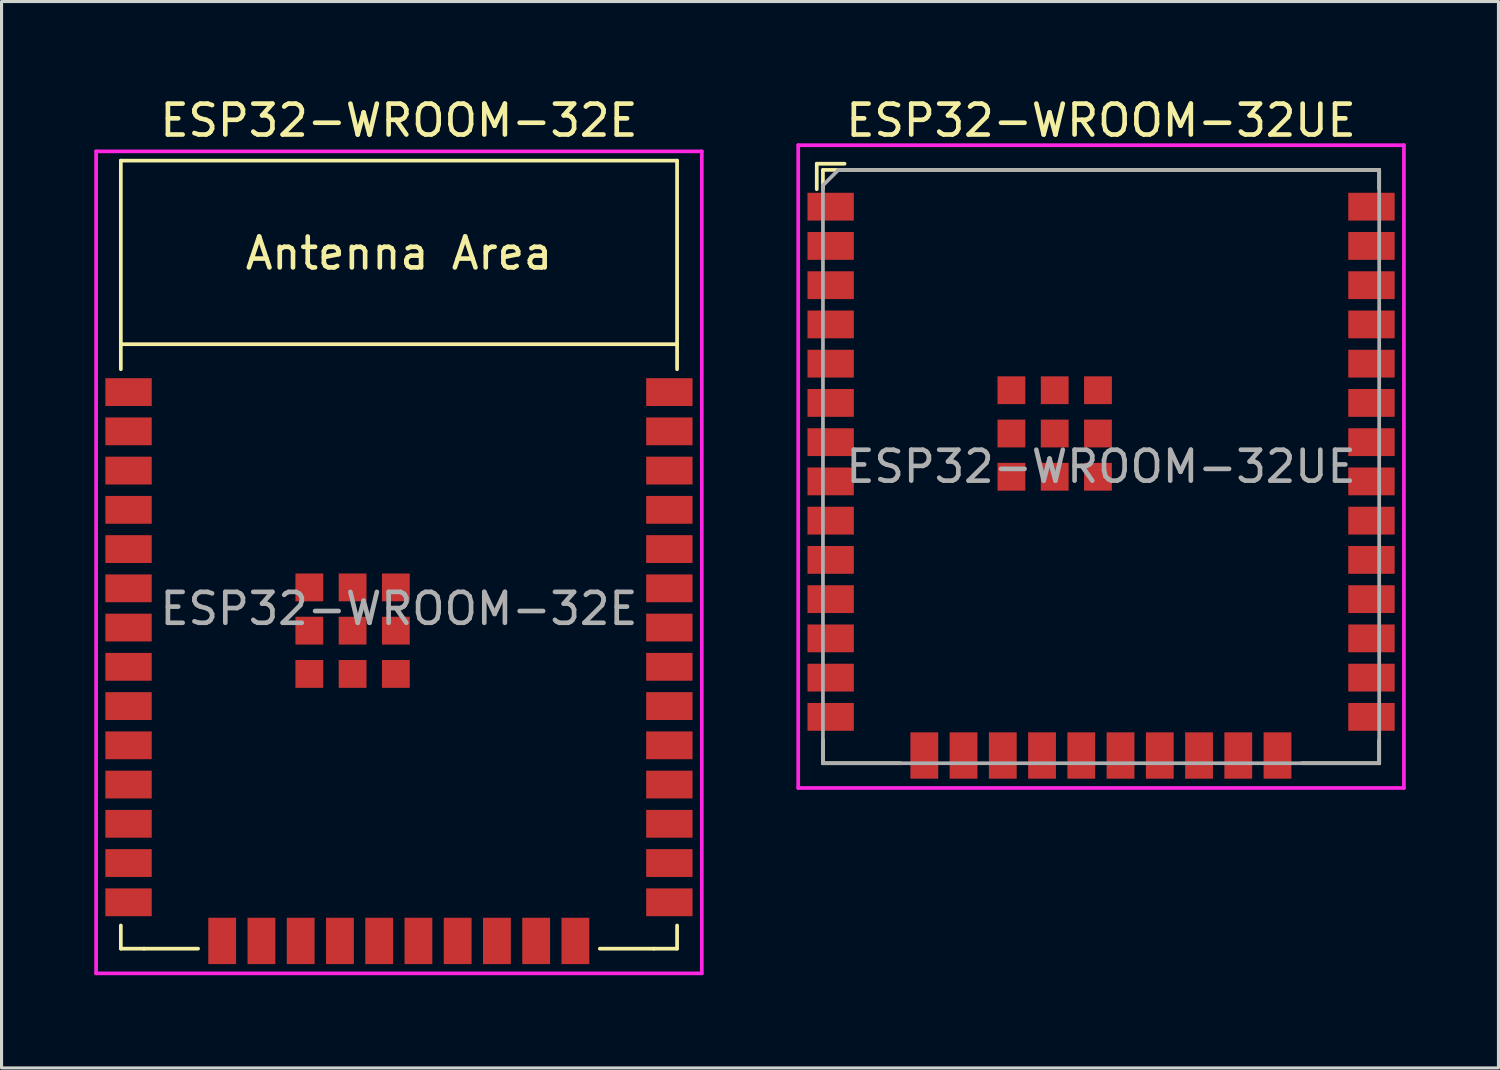
<source format=kicad_pcb>
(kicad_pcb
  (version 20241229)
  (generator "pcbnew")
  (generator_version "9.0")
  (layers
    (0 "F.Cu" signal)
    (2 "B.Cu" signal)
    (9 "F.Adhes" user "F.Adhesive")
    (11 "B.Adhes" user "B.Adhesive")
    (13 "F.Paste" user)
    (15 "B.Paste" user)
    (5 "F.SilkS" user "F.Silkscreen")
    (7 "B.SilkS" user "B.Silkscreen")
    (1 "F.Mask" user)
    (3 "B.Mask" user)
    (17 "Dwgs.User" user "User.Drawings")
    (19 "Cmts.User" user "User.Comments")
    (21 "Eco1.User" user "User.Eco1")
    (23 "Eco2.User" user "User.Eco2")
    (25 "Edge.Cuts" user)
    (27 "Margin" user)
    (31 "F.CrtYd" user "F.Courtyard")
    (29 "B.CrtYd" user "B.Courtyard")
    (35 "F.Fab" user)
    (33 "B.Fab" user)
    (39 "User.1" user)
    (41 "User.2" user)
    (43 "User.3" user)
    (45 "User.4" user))
  (footprint "ESP32-WROOM-32UE"
    (layer "F.Cu")
    (at 32.58 12.048)
    (property "Reference" "ESP32-WROOM-32UE" (at 0 -11.2 0) (layer "F.SilkS") (effects (font (size 1 1) (thickness 0.15))))
    (attr smd)
    (fp_line (start -9.2 -9.8) (end -9.2 -8.975) (stroke (width 0.12) (type solid)) (layer "F.SilkS"))
    (fp_line (start -9 -9.6) (end -9 -8.995) (stroke (width 0.12) (type solid)) (layer "F.SilkS"))
    (fp_line (start -9 8.85) (end -9 9.6) (stroke (width 0.12) (type solid)) (layer "F.SilkS"))
    (fp_line (start -9 9.6) (end -6.5 9.6) (stroke (width 0.12) (type solid)) (layer "F.SilkS"))
    (fp_line (start -8.3 -9.8) (end -9.2 -9.8) (stroke (width 0.12) (type solid)) (layer "F.SilkS"))
    (fp_line (start 6.5 9.6) (end 9 9.6) (stroke (width 0.12) (type solid)) (layer "F.SilkS"))
    (fp_line (start 9 -9.6) (end -9 -9.6) (stroke (width 0.12) (type solid)) (layer "F.SilkS"))
    (fp_line (start 9 -9.6) (end 9 -8.995) (stroke (width 0.12) (type solid)) (layer "F.SilkS"))
    (fp_line (start 9 8.85) (end 9 9.6) (stroke (width 0.12) (type solid)) (layer "F.SilkS"))
    (fp_line (start -9 -9.6) (end 9 -9.6) (stroke (width 0.12) (type solid)) (layer "Eco2.User"))
    (fp_line (start -9 9.6) (end -9 -9.6) (stroke (width 0.12) (type solid)) (layer "Eco2.User"))
    (fp_line (start 9 -9.6) (end 9 9.6) (stroke (width 0.12) (type solid)) (layer "Eco2.User"))
    (fp_line (start 9 9.6) (end -9 9.6) (stroke (width 0.12) (type solid)) (layer "Eco2.User"))
    (fp_line (start -9.8 -10.4) (end -9.8 10.4) (stroke (width 0.12) (type solid)) (layer "F.CrtYd"))
    (fp_line (start -9.8 -10.4) (end 9.8 -10.4) (stroke (width 0.12) (type solid)) (layer "F.CrtYd"))
    (fp_line (start -9.8 10.4) (end 9.8 10.4) (stroke (width 0.12) (type solid)) (layer "F.CrtYd"))
    (fp_line (start 9.8 -10.4) (end 9.8 10.4) (stroke (width 0.12) (type solid)) (layer "F.CrtYd"))
    (fp_line (start -9 9.6) (end -9 -9.1) (stroke (width 0.12) (type solid)) (layer "F.Fab"))
    (fp_line (start -8.5 -9.6) (end -9 -9.1) (stroke (width 0.12) (type solid)) (layer "F.Fab"))
    (fp_line (start -8.5 -9.6) (end 9 -9.6) (stroke (width 0.12) (type solid)) (layer "F.Fab"))
    (fp_line (start 9 -9.6) (end 9 9.6) (stroke (width 0.12) (type solid)) (layer "F.Fab"))
    (fp_line (start 9 9.6) (end -9 9.6) (stroke (width 0.12) (type solid)) (layer "F.Fab"))
    (fp_text user "${REFERENCE}" (at 0 0 0) (layer "F.Fab") (effects (font (size 1 1) (thickness 0.15))))
    (pad "1" smd rect (at -8.75 -8.41) (size 1.5 0.9) (layers "F.Cu" "F.Mask" "F.Paste"))
    (pad "2" smd rect (at -8.75 -7.14) (size 1.5 0.9) (layers "F.Cu" "F.Mask" "F.Paste"))
    (pad "3" smd rect (at -8.75 -5.87) (size 1.5 0.9) (layers "F.Cu" "F.Mask" "F.Paste"))
    (pad "4" smd rect (at -8.75 -4.6) (size 1.5 0.9) (layers "F.Cu" "F.Mask" "F.Paste"))
    (pad "5" smd rect (at -8.75 -3.33) (size 1.5 0.9) (layers "F.Cu" "F.Mask" "F.Paste"))
    (pad "6" smd rect (at -8.75 -2.06) (size 1.5 0.9) (layers "F.Cu" "F.Mask" "F.Paste"))
    (pad "7" smd rect (at -8.75 -0.79) (size 1.5 0.9) (layers "F.Cu" "F.Mask" "F.Paste"))
    (pad "8" smd rect (at -8.75 0.48) (size 1.5 0.9) (layers "F.Cu" "F.Mask" "F.Paste"))
    (pad "9" smd rect (at -8.75 1.75) (size 1.5 0.9) (layers "F.Cu" "F.Mask" "F.Paste"))
    (pad "10" smd rect (at -8.75 3.02) (size 1.5 0.9) (layers "F.Cu" "F.Mask" "F.Paste"))
    (pad "11" smd rect (at -8.75 4.29) (size 1.5 0.9) (layers "F.Cu" "F.Mask" "F.Paste"))
    (pad "12" smd rect (at -8.75 5.56) (size 1.5 0.9) (layers "F.Cu" "F.Mask" "F.Paste"))
    (pad "13" smd rect (at -8.75 6.83) (size 1.5 0.9) (layers "F.Cu" "F.Mask" "F.Paste"))
    (pad "14" smd rect (at -8.75 8.1) (size 1.5 0.9) (layers "F.Cu" "F.Mask" "F.Paste"))
    (pad "15" smd rect (at -5.72 9.35 90) (size 1.5 0.9) (layers "F.Cu" "F.Mask" "F.Paste"))
    (pad "16" smd rect (at -4.45 9.35 90) (size 1.5 0.9) (layers "F.Cu" "F.Mask" "F.Paste"))
    (pad "17" smd rect (at -3.18 9.35 90) (size 1.5 0.9) (layers "F.Cu" "F.Mask" "F.Paste"))
    (pad "18" smd rect (at -1.91 9.35 90) (size 1.5 0.9) (layers "F.Cu" "F.Mask" "F.Paste"))
    (pad "19" smd rect (at -0.64 9.35 90) (size 1.5 0.9) (layers "F.Cu" "F.Mask" "F.Paste"))
    (pad "20" smd rect (at 0.63 9.35 90) (size 1.5 0.9) (layers "F.Cu" "F.Mask" "F.Paste"))
    (pad "21" smd rect (at 1.9 9.35 90) (size 1.5 0.9) (layers "F.Cu" "F.Mask" "F.Paste"))
    (pad "22" smd rect (at 3.17 9.35 90) (size 1.5 0.9) (layers "F.Cu" "F.Mask" "F.Paste"))
    (pad "23" smd rect (at 4.44 9.35 90) (size 1.5 0.9) (layers "F.Cu" "F.Mask" "F.Paste"))
    (pad "24" smd rect (at 5.71 9.35 90) (size 1.5 0.9) (layers "F.Cu" "F.Mask" "F.Paste"))
    (pad "25" smd rect (at 8.75 8.1 180) (size 1.5 0.9) (layers "F.Cu" "F.Mask" "F.Paste"))
    (pad "26" smd rect (at 8.75 6.83 180) (size 1.5 0.9) (layers "F.Cu" "F.Mask" "F.Paste"))
    (pad "27" smd rect (at 8.75 5.56 180) (size 1.5 0.9) (layers "F.Cu" "F.Mask" "F.Paste"))
    (pad "28" smd rect (at 8.75 4.29 180) (size 1.5 0.9) (layers "F.Cu" "F.Mask" "F.Paste"))
    (pad "29" smd rect (at 8.75 3.02 180) (size 1.5 0.9) (layers "F.Cu" "F.Mask" "F.Paste"))
    (pad "30" smd rect (at 8.75 1.75 180) (size 1.5 0.9) (layers "F.Cu" "F.Mask" "F.Paste"))
    (pad "31" smd rect (at 8.75 0.48 180) (size 1.5 0.9) (layers "F.Cu" "F.Mask" "F.Paste"))
    (pad "32" smd rect (at 8.75 -0.79 180) (size 1.5 0.9) (layers "F.Cu" "F.Mask" "F.Paste"))
    (pad "33" smd rect (at 8.75 -2.06 180) (size 1.5 0.9) (layers "F.Cu" "F.Mask" "F.Paste"))
    (pad "34" smd rect (at 8.75 -3.33 180) (size 1.5 0.9) (layers "F.Cu" "F.Mask" "F.Paste"))
    (pad "35" smd rect (at 8.75 -4.6 180) (size 1.5 0.9) (layers "F.Cu" "F.Mask" "F.Paste"))
    (pad "36" smd rect (at 8.75 -5.87 180) (size 1.5 0.9) (layers "F.Cu" "F.Mask" "F.Paste"))
    (pad "37" smd rect (at 8.75 -7.14 180) (size 1.5 0.9) (layers "F.Cu" "F.Mask" "F.Paste"))
    (pad "38" smd rect (at 8.75 -8.41 180) (size 1.5 0.9) (layers "F.Cu" "F.Mask" "F.Paste"))
    (pad "39" smd rect (at -2.9 -2.47 180) (size 0.9 0.9) (layers "F.Cu" "F.Mask" "F.Paste"))
    (pad "39" smd rect (at -2.9 -1.07 180) (size 0.9 0.9) (layers "F.Cu" "F.Mask" "F.Paste"))
    (pad "39" smd rect (at -2.9 0.33 180) (size 0.9 0.9) (layers "F.Cu" "F.Mask" "F.Paste"))
    (pad "39" smd rect (at -1.5 -2.47 180) (size 0.9 0.9) (layers "F.Cu" "F.Mask" "F.Paste"))
    (pad "39" smd rect (at -1.5 -1.07 180) (size 0.9 0.9) (layers "F.Cu" "F.Mask" "F.Paste"))
    (pad "39" smd rect (at -1.5 0.33 180) (size 0.9 0.9) (layers "F.Cu" "F.Mask" "F.Paste"))
    (pad "39" smd rect (at -0.1 -2.47 180) (size 0.9 0.9) (layers "F.Cu" "F.Mask" "F.Paste"))
    (pad "39" smd rect (at -0.1 -1.07 180) (size 0.9 0.9) (layers "F.Cu" "F.Mask" "F.Paste"))
    (pad "39" smd rect (at -0.1 0.33 180) (size 0.9 0.9) (layers "F.Cu" "F.Mask" "F.Paste")))
  (footprint "ESP32-WROOM-32E"
    (layer "F.Cu")
    (at 9.86 16.648)
    (property "Reference" "ESP32-WROOM-32E" (at 0 -15.8 0) (layer "F.SilkS") (effects (font (size 1 1) (thickness 0.15))))
    (attr smd)
    (fp_line (start -9 -14.5) (end -9 -7.75) (stroke (width 0.12) (type solid)) (layer "F.SilkS"))
    (fp_line (start -9 -14.5) (end 9 -14.5) (stroke (width 0.12) (type solid)) (layer "F.SilkS"))
    (fp_line (start -9 10.25) (end -9 11) (stroke (width 0.12) (type solid)) (layer "F.SilkS"))
    (fp_line (start -9 11) (end -8.25 11) (stroke (width 0.12) (type solid)) (layer "F.SilkS"))
    (fp_line (start -8.25 11) (end -6.5 11) (stroke (width 0.12) (type solid)) (layer "F.SilkS"))
    (fp_line (start 8.25 11) (end 6.5 11) (stroke (width 0.12) (type solid)) (layer "F.SilkS"))
    (fp_line (start 9 -14.5) (end 9 -7.75) (stroke (width 0.12) (type solid)) (layer "F.SilkS"))
    (fp_line (start 9 -8.56) (end -9 -8.56) (stroke (width 0.12) (type solid)) (layer "F.SilkS"))
    (fp_line (start 9 10.25) (end 9 11) (stroke (width 0.12) (type solid)) (layer "F.SilkS"))
    (fp_line (start 9 11) (end 8.25 11) (stroke (width 0.12) (type solid)) (layer "F.SilkS"))
    (fp_line (start -9 -14.5) (end 9 -14.5) (stroke (width 0.12) (type solid)) (layer "Eco2.User"))
    (fp_line (start -9 -8.56) (end 9 -8.56) (stroke (width 0.12) (type solid)) (layer "Eco2.User"))
    (fp_line (start -9 11) (end -9 -14.5) (stroke (width 0.12) (type solid)) (layer "Eco2.User"))
    (fp_line (start 9 -14.5) (end 9 11) (stroke (width 0.12) (type solid)) (layer "Eco2.User"))
    (fp_line (start 9 11) (end -9 11) (stroke (width 0.12) (type solid)) (layer "Eco2.User"))
    (fp_line (start -9.8 -14.8) (end -9.8 11.8) (stroke (width 0.12) (type solid)) (layer "F.CrtYd"))
    (fp_line (start -9.8 11.8) (end 9.8 11.8) (stroke (width 0.12) (type solid)) (layer "F.CrtYd"))
    (fp_line (start 9.8 -14.8) (end -9.8 -14.8) (stroke (width 0.12) (type solid)) (layer "F.CrtYd"))
    (fp_line (start 9.8 -14.8) (end 9.8 11.8) (stroke (width 0.12) (type solid)) (layer "F.CrtYd"))
    (fp_text user "Antenna Area" (at 0 -11.5 0) (layer "F.SilkS") (effects (font (size 1 1) (thickness 0.15))))
    (fp_text user "Antenna Area" (at 0 -11.5 0) (layer "Eco2.User") (effects (font (size 1 1) (thickness 0.15))))
    (fp_text user "${REFERENCE}" (at 0 0 0) (layer "F.Fab") (effects (font (size 1 1) (thickness 0.15))))
    (pad "1" smd rect (at -8.75 -7.01) (size 1.5 0.9) (layers "F.Cu" "F.Mask" "F.Paste"))
    (pad "2" smd rect (at -8.75 -5.74) (size 1.5 0.9) (layers "F.Cu" "F.Mask" "F.Paste"))
    (pad "3" smd rect (at -8.75 -4.47) (size 1.5 0.9) (layers "F.Cu" "F.Mask" "F.Paste"))
    (pad "4" smd rect (at -8.75 -3.2) (size 1.5 0.9) (layers "F.Cu" "F.Mask" "F.Paste"))
    (pad "5" smd rect (at -8.75 -1.93) (size 1.5 0.9) (layers "F.Cu" "F.Mask" "F.Paste"))
    (pad "6" smd rect (at -8.75 -0.66) (size 1.5 0.9) (layers "F.Cu" "F.Mask" "F.Paste"))
    (pad "7" smd rect (at -8.75 0.61) (size 1.5 0.9) (layers "F.Cu" "F.Mask" "F.Paste"))
    (pad "8" smd rect (at -8.75 1.88) (size 1.5 0.9) (layers "F.Cu" "F.Mask" "F.Paste"))
    (pad "9" smd rect (at -8.75 3.15) (size 1.5 0.9) (layers "F.Cu" "F.Mask" "F.Paste"))
    (pad "10" smd rect (at -8.75 4.42) (size 1.5 0.9) (layers "F.Cu" "F.Mask" "F.Paste"))
    (pad "11" smd rect (at -8.75 5.69) (size 1.5 0.9) (layers "F.Cu" "F.Mask" "F.Paste"))
    (pad "12" smd rect (at -8.75 6.96) (size 1.5 0.9) (layers "F.Cu" "F.Mask" "F.Paste"))
    (pad "13" smd rect (at -8.75 8.23) (size 1.5 0.9) (layers "F.Cu" "F.Mask" "F.Paste"))
    (pad "14" smd rect (at -8.75 9.5) (size 1.5 0.9) (layers "F.Cu" "F.Mask" "F.Paste"))
    (pad "15" smd rect (at -5.72 10.75 90) (size 1.5 0.9) (layers "F.Cu" "F.Mask" "F.Paste"))
    (pad "16" smd rect (at -4.45 10.75 90) (size 1.5 0.9) (layers "F.Cu" "F.Mask" "F.Paste"))
    (pad "17" smd rect (at -3.18 10.75 90) (size 1.5 0.9) (layers "F.Cu" "F.Mask" "F.Paste"))
    (pad "18" smd rect (at -1.91 10.75 90) (size 1.5 0.9) (layers "F.Cu" "F.Mask" "F.Paste"))
    (pad "19" smd rect (at -0.64 10.75 90) (size 1.5 0.9) (layers "F.Cu" "F.Mask" "F.Paste"))
    (pad "20" smd rect (at 0.63 10.75 90) (size 1.5 0.9) (layers "F.Cu" "F.Mask" "F.Paste"))
    (pad "21" smd rect (at 1.9 10.75 90) (size 1.5 0.9) (layers "F.Cu" "F.Mask" "F.Paste"))
    (pad "22" smd rect (at 3.17 10.75 90) (size 1.5 0.9) (layers "F.Cu" "F.Mask" "F.Paste"))
    (pad "23" smd rect (at 4.44 10.75 90) (size 1.5 0.9) (layers "F.Cu" "F.Mask" "F.Paste"))
    (pad "24" smd rect (at 5.71 10.75 90) (size 1.5 0.9) (layers "F.Cu" "F.Mask" "F.Paste"))
    (pad "25" smd rect (at 8.75 9.5 180) (size 1.5 0.9) (layers "F.Cu" "F.Mask" "F.Paste"))
    (pad "26" smd rect (at 8.75 8.23 180) (size 1.5 0.9) (layers "F.Cu" "F.Mask" "F.Paste"))
    (pad "27" smd rect (at 8.75 6.96 180) (size 1.5 0.9) (layers "F.Cu" "F.Mask" "F.Paste"))
    (pad "28" smd rect (at 8.75 5.69 180) (size 1.5 0.9) (layers "F.Cu" "F.Mask" "F.Paste"))
    (pad "29" smd rect (at 8.75 4.42 180) (size 1.5 0.9) (layers "F.Cu" "F.Mask" "F.Paste"))
    (pad "30" smd rect (at 8.75 3.15 180) (size 1.5 0.9) (layers "F.Cu" "F.Mask" "F.Paste"))
    (pad "31" smd rect (at 8.75 1.88 180) (size 1.5 0.9) (layers "F.Cu" "F.Mask" "F.Paste"))
    (pad "32" smd rect (at 8.75 0.61 180) (size 1.5 0.9) (layers "F.Cu" "F.Mask" "F.Paste"))
    (pad "33" smd rect (at 8.75 -0.66 180) (size 1.5 0.9) (layers "F.Cu" "F.Mask" "F.Paste"))
    (pad "34" smd rect (at 8.75 -1.93 180) (size 1.5 0.9) (layers "F.Cu" "F.Mask" "F.Paste"))
    (pad "35" smd rect (at 8.75 -3.2 180) (size 1.5 0.9) (layers "F.Cu" "F.Mask" "F.Paste"))
    (pad "36" smd rect (at 8.75 -4.47 180) (size 1.5 0.9) (layers "F.Cu" "F.Mask" "F.Paste"))
    (pad "37" smd rect (at 8.75 -5.74 180) (size 1.5 0.9) (layers "F.Cu" "F.Mask" "F.Paste"))
    (pad "38" smd rect (at 8.75 -7.01 180) (size 1.5 0.9) (layers "F.Cu" "F.Mask" "F.Paste"))
    (pad "39" smd rect (at -2.9 -0.69 180) (size 0.9 0.9) (layers "F.Cu" "F.Mask" "F.Paste"))
    (pad "39" smd rect (at -2.9 0.71 180) (size 0.9 0.9) (layers "F.Cu" "F.Mask" "F.Paste"))
    (pad "39" smd rect (at -2.9 2.11 180) (size 0.9 0.9) (layers "F.Cu" "F.Mask" "F.Paste"))
    (pad "39" smd rect (at -1.5 -0.69 180) (size 0.9 0.9) (layers "F.Cu" "F.Mask" "F.Paste"))
    (pad "39" smd rect (at -1.5 0.71 180) (size 0.9 0.9) (layers "F.Cu" "F.Mask" "F.Paste"))
    (pad "39" smd rect (at -1.5 2.11 180) (size 0.9 0.9) (layers "F.Cu" "F.Mask" "F.Paste"))
    (pad "39" smd rect (at -0.1 -0.69 180) (size 0.9 0.9) (layers "F.Cu" "F.Mask" "F.Paste"))
    (pad "39" smd rect (at -0.1 0.71 180) (size 0.9 0.9) (layers "F.Cu" "F.Mask" "F.Paste"))
    (pad "39" smd rect (at -0.1 2.11 180) (size 0.9 0.9) (layers "F.Cu" "F.Mask" "F.Paste"))
    (zone (net_name "") (layers "F.Cu" "B.Cu") (name "antenna keepout") (hatch edge 0.5) (connect_pads) (min_thickness 0.25) (filled_areas_thickness no) (keepout (tracks not_allowed) (vias not_allowed) (pads not_allowed) (copperpour not_allowed) (footprints not_allowed)) (placement (enabled no)) (fill) (polygon (pts (xy 0.86 8.148) (xy 0.86 2.148) (xy 18.86 2.148) (xy 18.86 8.148)))))
  (gr_rect
    (start -3 -3)
    (end 45.44 31.508)
    (stroke (width 0.1) (type default))
    (fill no)
    (layer "Edge.Cuts")))
</source>
